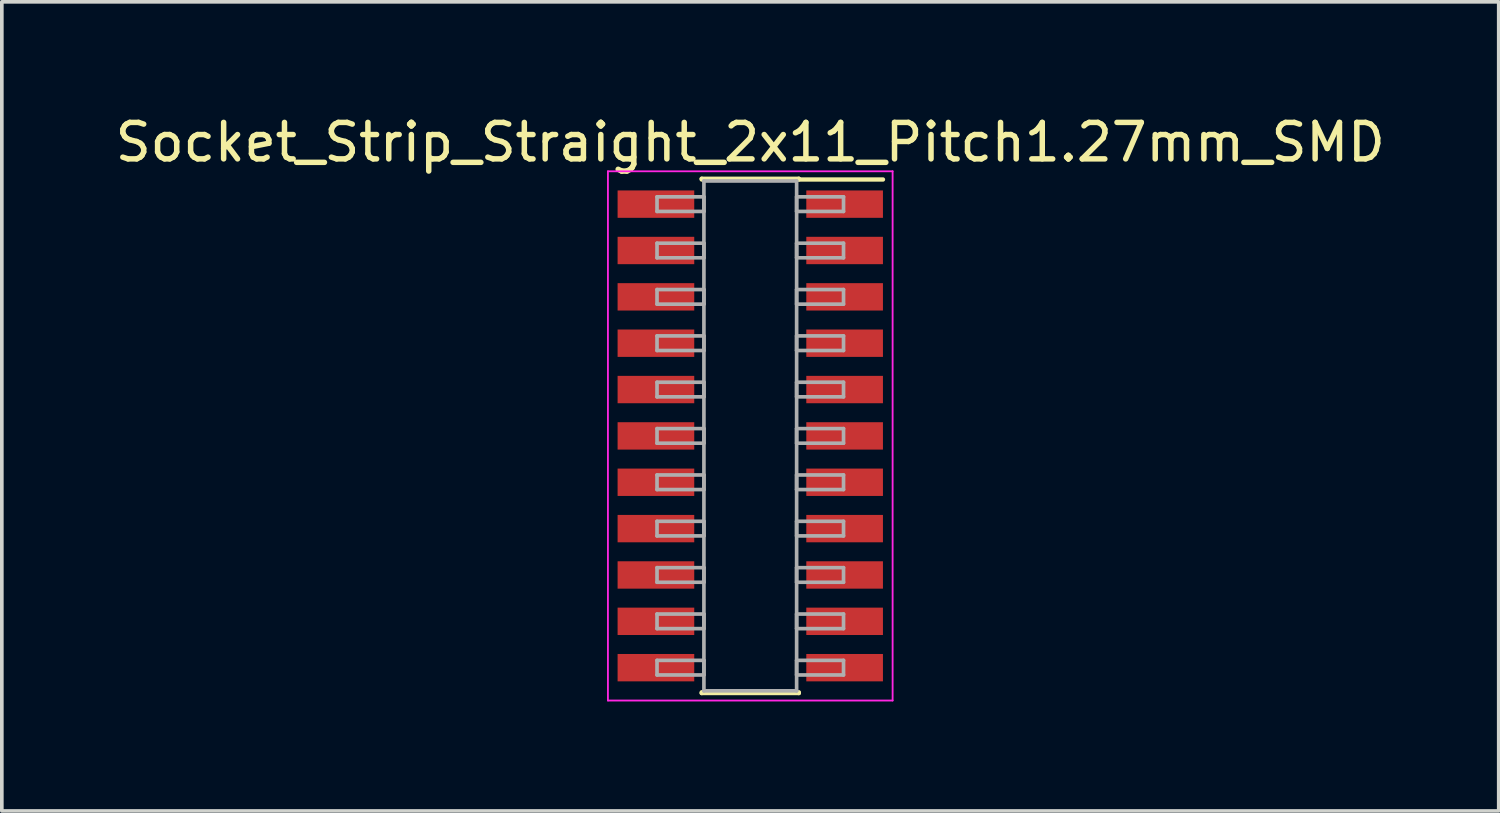
<source format=kicad_pcb>
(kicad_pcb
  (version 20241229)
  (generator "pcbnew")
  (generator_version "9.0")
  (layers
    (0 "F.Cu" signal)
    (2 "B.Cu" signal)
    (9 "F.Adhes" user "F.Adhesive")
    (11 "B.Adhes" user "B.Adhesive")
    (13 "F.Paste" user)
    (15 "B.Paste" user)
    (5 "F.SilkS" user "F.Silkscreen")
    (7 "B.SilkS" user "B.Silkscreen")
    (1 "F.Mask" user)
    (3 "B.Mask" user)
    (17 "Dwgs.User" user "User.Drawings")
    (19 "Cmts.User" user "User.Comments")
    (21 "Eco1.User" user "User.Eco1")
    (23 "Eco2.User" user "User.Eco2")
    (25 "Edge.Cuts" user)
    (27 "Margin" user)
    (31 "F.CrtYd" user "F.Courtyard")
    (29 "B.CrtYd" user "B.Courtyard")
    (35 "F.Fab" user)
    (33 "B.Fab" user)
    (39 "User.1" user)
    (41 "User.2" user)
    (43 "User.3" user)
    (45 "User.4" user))
  (footprint "Socket_Strip_Straight_2x11_Pitch1.27mm_SMD"
    (layer "F.Cu")
    (at 17.506 8.893)
    (property "Reference" "Socket_Strip_Straight_2x11_Pitch1.27mm_SMD" (at 0 -8.045 0) (layer "F.SilkS") (effects (font (size 1 1) (thickness 0.15))))
    (attr smd)
    (fp_line (start -1.33 -7.045) (end 1.33 -7.045) (stroke (width 0.12) (type solid)) (layer "F.SilkS"))
    (fp_line (start -1.33 -7.025) (end -1.33 -7.045) (stroke (width 0.12) (type solid)) (layer "F.SilkS"))
    (fp_line (start -1.33 7.025) (end -1.33 7.045) (stroke (width 0.12) (type solid)) (layer "F.SilkS"))
    (fp_line (start -1.33 7.045) (end 1.33 7.045) (stroke (width 0.12) (type solid)) (layer "F.SilkS"))
    (fp_line (start 1.33 -7.045) (end 1.33 -7.025) (stroke (width 0.12) (type solid)) (layer "F.SilkS"))
    (fp_line (start 1.33 7.045) (end 1.33 7.025) (stroke (width 0.12) (type solid)) (layer "F.SilkS"))
    (fp_line (start 3.635 -7.025) (end 1.33 -7.025) (stroke (width 0.12) (type solid)) (layer "F.SilkS"))
    (fp_line (start -3.9 -7.25) (end -3.9 7.25) (stroke (width 0.05) (type solid)) (layer "F.CrtYd"))
    (fp_line (start -3.9 7.25) (end 3.9 7.25) (stroke (width 0.05) (type solid)) (layer "F.CrtYd"))
    (fp_line (start 3.9 -7.25) (end -3.9 -7.25) (stroke (width 0.05) (type solid)) (layer "F.CrtYd"))
    (fp_line (start 3.9 7.25) (end 3.9 -7.25) (stroke (width 0.05) (type solid)) (layer "F.CrtYd"))
    (fp_line (start -2.555 -6.55) (end -1.27 -6.55) (stroke (width 0.1) (type solid)) (layer "F.Fab"))
    (fp_line (start -2.555 -6.15) (end -2.555 -6.55) (stroke (width 0.1) (type solid)) (layer "F.Fab"))
    (fp_line (start -2.555 -5.28) (end -1.27 -5.28) (stroke (width 0.1) (type solid)) (layer "F.Fab"))
    (fp_line (start -2.555 -4.88) (end -2.555 -5.28) (stroke (width 0.1) (type solid)) (layer "F.Fab"))
    (fp_line (start -2.555 -4.01) (end -1.27 -4.01) (stroke (width 0.1) (type solid)) (layer "F.Fab"))
    (fp_line (start -2.555 -3.61) (end -2.555 -4.01) (stroke (width 0.1) (type solid)) (layer "F.Fab"))
    (fp_line (start -2.555 -2.74) (end -1.27 -2.74) (stroke (width 0.1) (type solid)) (layer "F.Fab"))
    (fp_line (start -2.555 -2.34) (end -2.555 -2.74) (stroke (width 0.1) (type solid)) (layer "F.Fab"))
    (fp_line (start -2.555 -1.47) (end -1.27 -1.47) (stroke (width 0.1) (type solid)) (layer "F.Fab"))
    (fp_line (start -2.555 -1.07) (end -2.555 -1.47) (stroke (width 0.1) (type solid)) (layer "F.Fab"))
    (fp_line (start -2.555 -0.2) (end -1.27 -0.2) (stroke (width 0.1) (type solid)) (layer "F.Fab"))
    (fp_line (start -2.555 0.2) (end -2.555 -0.2) (stroke (width 0.1) (type solid)) (layer "F.Fab"))
    (fp_line (start -2.555 1.07) (end -1.27 1.07) (stroke (width 0.1) (type solid)) (layer "F.Fab"))
    (fp_line (start -2.555 1.47) (end -2.555 1.07) (stroke (width 0.1) (type solid)) (layer "F.Fab"))
    (fp_line (start -2.555 2.34) (end -1.27 2.34) (stroke (width 0.1) (type solid)) (layer "F.Fab"))
    (fp_line (start -2.555 2.74) (end -2.555 2.34) (stroke (width 0.1) (type solid)) (layer "F.Fab"))
    (fp_line (start -2.555 3.61) (end -1.27 3.61) (stroke (width 0.1) (type solid)) (layer "F.Fab"))
    (fp_line (start -2.555 4.01) (end -2.555 3.61) (stroke (width 0.1) (type solid)) (layer "F.Fab"))
    (fp_line (start -2.555 4.88) (end -1.27 4.88) (stroke (width 0.1) (type solid)) (layer "F.Fab"))
    (fp_line (start -2.555 5.28) (end -2.555 4.88) (stroke (width 0.1) (type solid)) (layer "F.Fab"))
    (fp_line (start -2.555 6.15) (end -1.27 6.15) (stroke (width 0.1) (type solid)) (layer "F.Fab"))
    (fp_line (start -2.555 6.55) (end -2.555 6.15) (stroke (width 0.1) (type solid)) (layer "F.Fab"))
    (fp_line (start -1.27 -6.985) (end -1.27 6.985) (stroke (width 0.1) (type solid)) (layer "F.Fab"))
    (fp_line (start -1.27 -6.55) (end -1.27 -6.15) (stroke (width 0.1) (type solid)) (layer "F.Fab"))
    (fp_line (start -1.27 -6.15) (end -2.555 -6.15) (stroke (width 0.1) (type solid)) (layer "F.Fab"))
    (fp_line (start -1.27 -5.28) (end -1.27 -4.88) (stroke (width 0.1) (type solid)) (layer "F.Fab"))
    (fp_line (start -1.27 -4.88) (end -2.555 -4.88) (stroke (width 0.1) (type solid)) (layer "F.Fab"))
    (fp_line (start -1.27 -4.01) (end -1.27 -3.61) (stroke (width 0.1) (type solid)) (layer "F.Fab"))
    (fp_line (start -1.27 -3.61) (end -2.555 -3.61) (stroke (width 0.1) (type solid)) (layer "F.Fab"))
    (fp_line (start -1.27 -2.74) (end -1.27 -2.34) (stroke (width 0.1) (type solid)) (layer "F.Fab"))
    (fp_line (start -1.27 -2.34) (end -2.555 -2.34) (stroke (width 0.1) (type solid)) (layer "F.Fab"))
    (fp_line (start -1.27 -1.47) (end -1.27 -1.07) (stroke (width 0.1) (type solid)) (layer "F.Fab"))
    (fp_line (start -1.27 -1.07) (end -2.555 -1.07) (stroke (width 0.1) (type solid)) (layer "F.Fab"))
    (fp_line (start -1.27 -0.2) (end -1.27 0.2) (stroke (width 0.1) (type solid)) (layer "F.Fab"))
    (fp_line (start -1.27 0.2) (end -2.555 0.2) (stroke (width 0.1) (type solid)) (layer "F.Fab"))
    (fp_line (start -1.27 1.07) (end -1.27 1.47) (stroke (width 0.1) (type solid)) (layer "F.Fab"))
    (fp_line (start -1.27 1.47) (end -2.555 1.47) (stroke (width 0.1) (type solid)) (layer "F.Fab"))
    (fp_line (start -1.27 2.34) (end -1.27 2.74) (stroke (width 0.1) (type solid)) (layer "F.Fab"))
    (fp_line (start -1.27 2.74) (end -2.555 2.74) (stroke (width 0.1) (type solid)) (layer "F.Fab"))
    (fp_line (start -1.27 3.61) (end -1.27 4.01) (stroke (width 0.1) (type solid)) (layer "F.Fab"))
    (fp_line (start -1.27 4.01) (end -2.555 4.01) (stroke (width 0.1) (type solid)) (layer "F.Fab"))
    (fp_line (start -1.27 4.88) (end -1.27 5.28) (stroke (width 0.1) (type solid)) (layer "F.Fab"))
    (fp_line (start -1.27 5.28) (end -2.555 5.28) (stroke (width 0.1) (type solid)) (layer "F.Fab"))
    (fp_line (start -1.27 6.15) (end -1.27 6.55) (stroke (width 0.1) (type solid)) (layer "F.Fab"))
    (fp_line (start -1.27 6.55) (end -2.555 6.55) (stroke (width 0.1) (type solid)) (layer "F.Fab"))
    (fp_line (start -1.27 6.985) (end 1.27 6.985) (stroke (width 0.1) (type solid)) (layer "F.Fab"))
    (fp_line (start 1.27 -6.985) (end -1.27 -6.985) (stroke (width 0.1) (type solid)) (layer "F.Fab"))
    (fp_line (start 1.27 -6.55) (end 1.27 -6.15) (stroke (width 0.1) (type solid)) (layer "F.Fab"))
    (fp_line (start 1.27 -6.15) (end 2.555 -6.15) (stroke (width 0.1) (type solid)) (layer "F.Fab"))
    (fp_line (start 1.27 -5.28) (end 1.27 -4.88) (stroke (width 0.1) (type solid)) (layer "F.Fab"))
    (fp_line (start 1.27 -4.88) (end 2.555 -4.88) (stroke (width 0.1) (type solid)) (layer "F.Fab"))
    (fp_line (start 1.27 -4.01) (end 1.27 -3.61) (stroke (width 0.1) (type solid)) (layer "F.Fab"))
    (fp_line (start 1.27 -3.61) (end 2.555 -3.61) (stroke (width 0.1) (type solid)) (layer "F.Fab"))
    (fp_line (start 1.27 -2.74) (end 1.27 -2.34) (stroke (width 0.1) (type solid)) (layer "F.Fab"))
    (fp_line (start 1.27 -2.34) (end 2.555 -2.34) (stroke (width 0.1) (type solid)) (layer "F.Fab"))
    (fp_line (start 1.27 -1.47) (end 1.27 -1.07) (stroke (width 0.1) (type solid)) (layer "F.Fab"))
    (fp_line (start 1.27 -1.07) (end 2.555 -1.07) (stroke (width 0.1) (type solid)) (layer "F.Fab"))
    (fp_line (start 1.27 -0.2) (end 1.27 0.2) (stroke (width 0.1) (type solid)) (layer "F.Fab"))
    (fp_line (start 1.27 0.2) (end 2.555 0.2) (stroke (width 0.1) (type solid)) (layer "F.Fab"))
    (fp_line (start 1.27 1.07) (end 1.27 1.47) (stroke (width 0.1) (type solid)) (layer "F.Fab"))
    (fp_line (start 1.27 1.47) (end 2.555 1.47) (stroke (width 0.1) (type solid)) (layer "F.Fab"))
    (fp_line (start 1.27 2.34) (end 1.27 2.74) (stroke (width 0.1) (type solid)) (layer "F.Fab"))
    (fp_line (start 1.27 2.74) (end 2.555 2.74) (stroke (width 0.1) (type solid)) (layer "F.Fab"))
    (fp_line (start 1.27 3.61) (end 1.27 4.01) (stroke (width 0.1) (type solid)) (layer "F.Fab"))
    (fp_line (start 1.27 4.01) (end 2.555 4.01) (stroke (width 0.1) (type solid)) (layer "F.Fab"))
    (fp_line (start 1.27 4.88) (end 1.27 5.28) (stroke (width 0.1) (type solid)) (layer "F.Fab"))
    (fp_line (start 1.27 5.28) (end 2.555 5.28) (stroke (width 0.1) (type solid)) (layer "F.Fab"))
    (fp_line (start 1.27 6.15) (end 1.27 6.55) (stroke (width 0.1) (type solid)) (layer "F.Fab"))
    (fp_line (start 1.27 6.55) (end 2.555 6.55) (stroke (width 0.1) (type solid)) (layer "F.Fab"))
    (fp_line (start 1.27 6.985) (end 1.27 -6.985) (stroke (width 0.1) (type solid)) (layer "F.Fab"))
    (fp_line (start 2.555 -6.55) (end 1.27 -6.55) (stroke (width 0.1) (type solid)) (layer "F.Fab"))
    (fp_line (start 2.555 -6.15) (end 2.555 -6.55) (stroke (width 0.1) (type solid)) (layer "F.Fab"))
    (fp_line (start 2.555 -5.28) (end 1.27 -5.28) (stroke (width 0.1) (type solid)) (layer "F.Fab"))
    (fp_line (start 2.555 -4.88) (end 2.555 -5.28) (stroke (width 0.1) (type solid)) (layer "F.Fab"))
    (fp_line (start 2.555 -4.01) (end 1.27 -4.01) (stroke (width 0.1) (type solid)) (layer "F.Fab"))
    (fp_line (start 2.555 -3.61) (end 2.555 -4.01) (stroke (width 0.1) (type solid)) (layer "F.Fab"))
    (fp_line (start 2.555 -2.74) (end 1.27 -2.74) (stroke (width 0.1) (type solid)) (layer "F.Fab"))
    (fp_line (start 2.555 -2.34) (end 2.555 -2.74) (stroke (width 0.1) (type solid)) (layer "F.Fab"))
    (fp_line (start 2.555 -1.47) (end 1.27 -1.47) (stroke (width 0.1) (type solid)) (layer "F.Fab"))
    (fp_line (start 2.555 -1.07) (end 2.555 -1.47) (stroke (width 0.1) (type solid)) (layer "F.Fab"))
    (fp_line (start 2.555 -0.2) (end 1.27 -0.2) (stroke (width 0.1) (type solid)) (layer "F.Fab"))
    (fp_line (start 2.555 0.2) (end 2.555 -0.2) (stroke (width 0.1) (type solid)) (layer "F.Fab"))
    (fp_line (start 2.555 1.07) (end 1.27 1.07) (stroke (width 0.1) (type solid)) (layer "F.Fab"))
    (fp_line (start 2.555 1.47) (end 2.555 1.07) (stroke (width 0.1) (type solid)) (layer "F.Fab"))
    (fp_line (start 2.555 2.34) (end 1.27 2.34) (stroke (width 0.1) (type solid)) (layer "F.Fab"))
    (fp_line (start 2.555 2.74) (end 2.555 2.34) (stroke (width 0.1) (type solid)) (layer "F.Fab"))
    (fp_line (start 2.555 3.61) (end 1.27 3.61) (stroke (width 0.1) (type solid)) (layer "F.Fab"))
    (fp_line (start 2.555 4.01) (end 2.555 3.61) (stroke (width 0.1) (type solid)) (layer "F.Fab"))
    (fp_line (start 2.555 4.88) (end 1.27 4.88) (stroke (width 0.1) (type solid)) (layer "F.Fab"))
    (fp_line (start 2.555 5.28) (end 2.555 4.88) (stroke (width 0.1) (type solid)) (layer "F.Fab"))
    (fp_line (start 2.555 6.15) (end 1.27 6.15) (stroke (width 0.1) (type solid)) (layer "F.Fab"))
    (fp_line (start 2.555 6.55) (end 2.555 6.15) (stroke (width 0.1) (type solid)) (layer "F.Fab"))
    (pad "1" smd rect (at 2.585 -6.35) (size 2.1 0.75) (layers "F.Cu" "F.Mask"))
    (pad "2" smd rect (at -2.585 -6.35) (size 2.1 0.75) (layers "F.Cu" "F.Mask"))
    (pad "3" smd rect (at 2.585 -5.08) (size 2.1 0.75) (layers "F.Cu" "F.Mask"))
    (pad "4" smd rect (at -2.585 -5.08) (size 2.1 0.75) (layers "F.Cu" "F.Mask"))
    (pad "5" smd rect (at 2.585 -3.81) (size 2.1 0.75) (layers "F.Cu" "F.Mask"))
    (pad "6" smd rect (at -2.585 -3.81) (size 2.1 0.75) (layers "F.Cu" "F.Mask"))
    (pad "7" smd rect (at 2.585 -2.54) (size 2.1 0.75) (layers "F.Cu" "F.Mask"))
    (pad "8" smd rect (at -2.585 -2.54) (size 2.1 0.75) (layers "F.Cu" "F.Mask"))
    (pad "9" smd rect (at 2.585 -1.27) (size 2.1 0.75) (layers "F.Cu" "F.Mask"))
    (pad "10" smd rect (at -2.585 -1.27) (size 2.1 0.75) (layers "F.Cu" "F.Mask"))
    (pad "11" smd rect (at 2.585 0) (size 2.1 0.75) (layers "F.Cu" "F.Mask"))
    (pad "12" smd rect (at -2.585 0) (size 2.1 0.75) (layers "F.Cu" "F.Mask"))
    (pad "13" smd rect (at 2.585 1.27) (size 2.1 0.75) (layers "F.Cu" "F.Mask"))
    (pad "14" smd rect (at -2.585 1.27) (size 2.1 0.75) (layers "F.Cu" "F.Mask"))
    (pad "15" smd rect (at 2.585 2.54) (size 2.1 0.75) (layers "F.Cu" "F.Mask"))
    (pad "16" smd rect (at -2.585 2.54) (size 2.1 0.75) (layers "F.Cu" "F.Mask"))
    (pad "17" smd rect (at 2.585 3.81) (size 2.1 0.75) (layers "F.Cu" "F.Mask"))
    (pad "18" smd rect (at -2.585 3.81) (size 2.1 0.75) (layers "F.Cu" "F.Mask"))
    (pad "19" smd rect (at 2.585 5.08) (size 2.1 0.75) (layers "F.Cu" "F.Mask"))
    (pad "20" smd rect (at -2.585 5.08) (size 2.1 0.75) (layers "F.Cu" "F.Mask"))
    (pad "21" smd rect (at 2.585 6.35) (size 2.1 0.75) (layers "F.Cu" "F.Mask"))
    (pad "22" smd rect (at -2.585 6.35) (size 2.1 0.75) (layers "F.Cu" "F.Mask")))
  (gr_rect
    (start -3 -3)
    (end 38.012 19.168)
    (stroke (width 0.1) (type default))
    (fill no)
    (layer "Edge.Cuts")))
</source>
